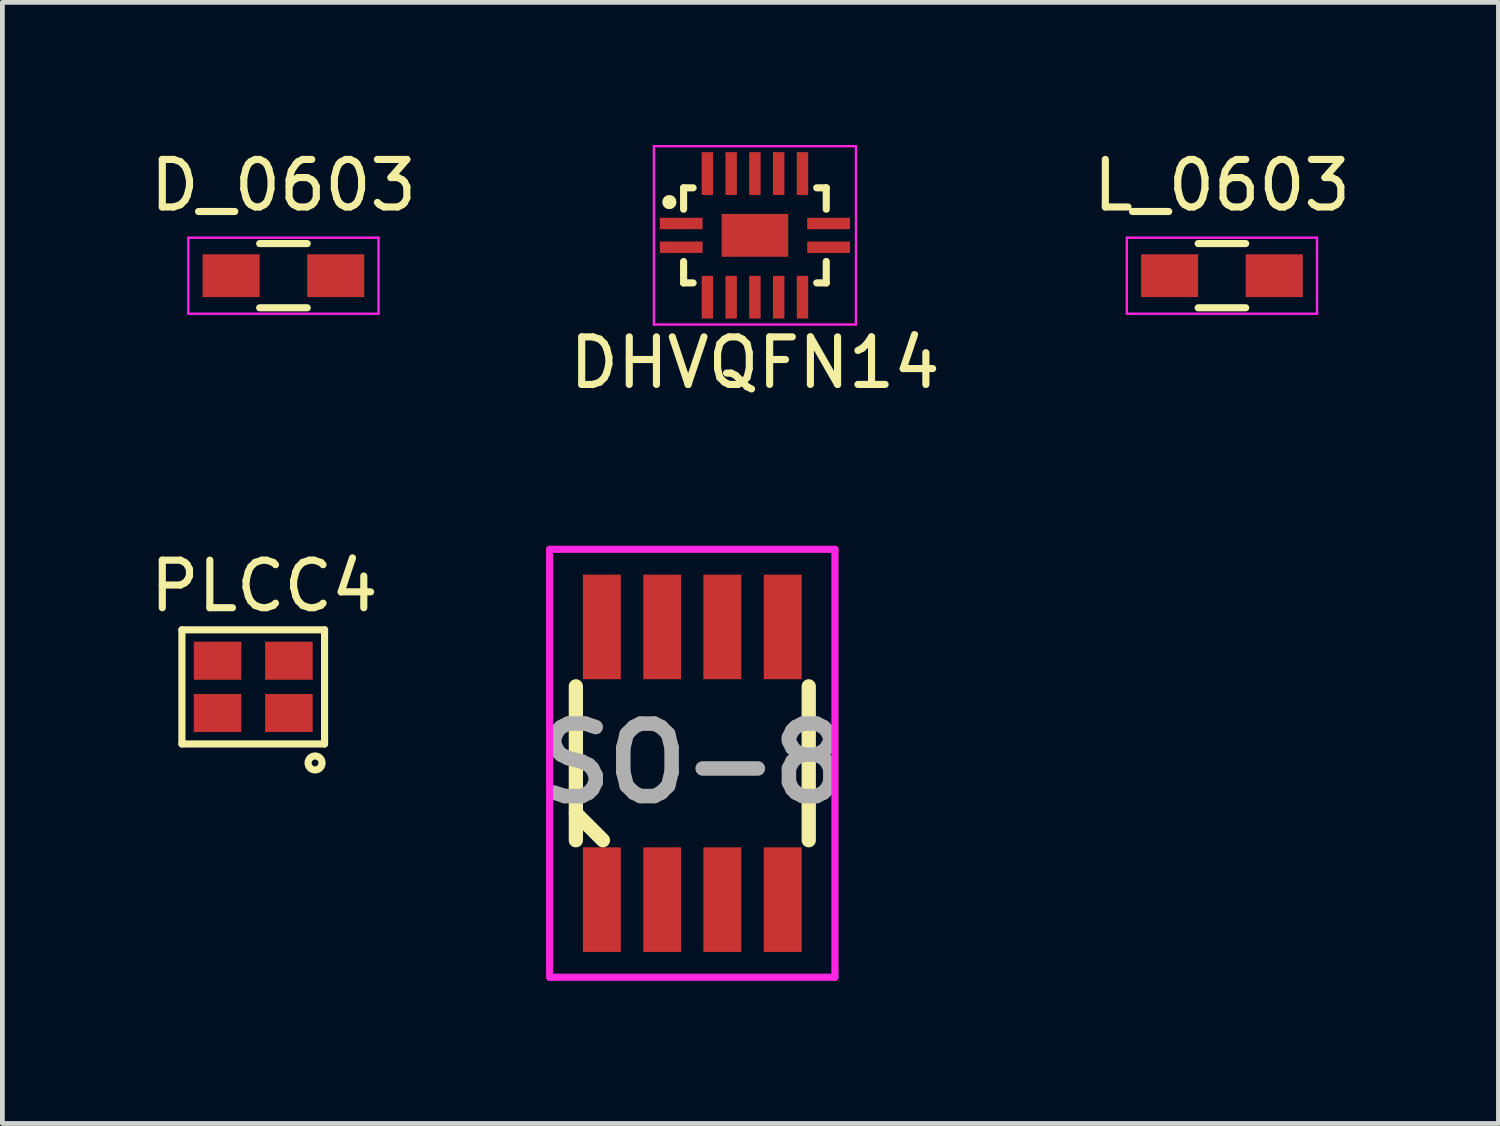
<source format=kicad_pcb>
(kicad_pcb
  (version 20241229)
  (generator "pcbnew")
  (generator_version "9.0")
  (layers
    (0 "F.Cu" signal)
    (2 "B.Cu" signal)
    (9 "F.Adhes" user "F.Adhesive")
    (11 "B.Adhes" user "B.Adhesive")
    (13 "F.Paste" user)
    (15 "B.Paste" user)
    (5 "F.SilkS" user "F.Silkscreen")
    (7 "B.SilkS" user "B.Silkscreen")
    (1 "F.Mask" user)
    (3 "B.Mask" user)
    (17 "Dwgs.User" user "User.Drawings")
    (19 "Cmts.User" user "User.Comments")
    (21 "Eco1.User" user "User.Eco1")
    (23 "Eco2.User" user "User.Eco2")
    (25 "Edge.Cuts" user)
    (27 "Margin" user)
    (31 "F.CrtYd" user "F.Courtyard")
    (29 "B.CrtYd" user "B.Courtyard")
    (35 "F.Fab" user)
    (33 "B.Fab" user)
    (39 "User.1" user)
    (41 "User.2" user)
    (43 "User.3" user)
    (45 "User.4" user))
  (footprint "PLCC4"
    (layer "F.Cu")
    (at 2.276 11.396)
    (property "Reference" "PLCC4" (at 0.23 -2.12 0) (layer "F.SilkS") (effects (font (size 1 1) (thickness 0.15))))
    (attr through_hole)
    (fp_line (start -1.5 -1.2) (end -1.5 1.2) (stroke (width 0.15) (type solid)) (layer "F.SilkS"))
    (fp_line (start -1.5 1.2) (end 1.5 1.2) (stroke (width 0.15) (type solid)) (layer "F.SilkS"))
    (fp_line (start 1.5 -1.2) (end -1.5 -1.2) (stroke (width 0.15) (type solid)) (layer "F.SilkS"))
    (fp_line (start 1.5 1.2) (end 1.5 -1.2) (stroke (width 0.15) (type solid)) (layer "F.SilkS"))
    (fp_circle (center 1.3 1.6) (end 1.36 1.64) (stroke (width 0.15) (type solid)) (fill no) (layer "F.SilkS"))
    (pad "1" smd rect (at 0.75 0.55) (size 1 0.8) (layers "F.Cu" "F.Mask" "F.Paste"))
    (pad "2" smd rect (at -0.75 0.55) (size 1 0.8) (layers "F.Cu" "F.Mask" "F.Paste"))
    (pad "3" smd rect (at -0.75 -0.55) (size 1 0.8) (layers "F.Cu" "F.Mask" "F.Paste"))
    (pad "4" smd rect (at 0.75 -0.55) (size 1 0.8) (layers "F.Cu" "F.Mask" "F.Paste")))
  (footprint "D_0603"
    (layer "F.Cu")
    (at 2.911 2.748)
    (property "Reference" "D_0603" (at 0 -1.9 0) (layer "F.SilkS") (effects (font (size 1 1) (thickness 0.15))))
    (attr smd)
    (fp_line (start -0.5 -0.675) (end 0.5 -0.675) (stroke (width 0.15) (type solid)) (layer "F.SilkS"))
    (fp_line (start 0.5 0.675) (end -0.5 0.675) (stroke (width 0.15) (type solid)) (layer "F.SilkS"))
    (fp_line (start -2 -0.8) (end -2 0.8) (stroke (width 0.05) (type solid)) (layer "F.CrtYd"))
    (fp_line (start -2 -0.8) (end 2 -0.8) (stroke (width 0.05) (type solid)) (layer "F.CrtYd"))
    (fp_line (start -2 0.8) (end 2 0.8) (stroke (width 0.05) (type solid)) (layer "F.CrtYd"))
    (fp_line (start 2 -0.8) (end 2 0.8) (stroke (width 0.05) (type solid)) (layer "F.CrtYd"))
    (pad "1" smd rect (at -1.1 0) (size 1.2 0.9) (layers "F.Cu" "F.Mask" "F.Paste"))
    (pad "2" smd rect (at 1.1 0) (size 1.2 0.9) (layers "F.Cu" "F.Mask" "F.Paste")))
  (footprint "L_0603"
    (layer "F.Cu")
    (at 22.649 2.748)
    (property "Reference" "L_0603" (at 0 -1.9 0) (layer "F.SilkS") (effects (font (size 1 1) (thickness 0.15))))
    (attr smd)
    (fp_line (start -0.5 -0.675) (end 0.5 -0.675) (stroke (width 0.15) (type solid)) (layer "F.SilkS"))
    (fp_line (start 0.5 0.675) (end -0.5 0.675) (stroke (width 0.15) (type solid)) (layer "F.SilkS"))
    (fp_line (start -2 -0.8) (end -2 0.8) (stroke (width 0.05) (type solid)) (layer "F.CrtYd"))
    (fp_line (start -2 -0.8) (end 2 -0.8) (stroke (width 0.05) (type solid)) (layer "F.CrtYd"))
    (fp_line (start -2 0.8) (end 2 0.8) (stroke (width 0.05) (type solid)) (layer "F.CrtYd"))
    (fp_line (start 2 -0.8) (end 2 0.8) (stroke (width 0.05) (type solid)) (layer "F.CrtYd"))
    (pad "1" smd rect (at -1.1 0) (size 1.2 0.9) (layers "F.Cu" "F.Mask" "F.Paste"))
    (pad "2" smd rect (at 1.1 0) (size 1.2 0.9) (layers "F.Cu" "F.Mask" "F.Paste")))
  (footprint "SO-8"
    (layer "F.Cu")
    (at 11.51 13.003)
    (property "Reference" "SO-8" (at 0 0 0) (layer "F.Fab") (effects (font (size 1.524 1.524) (thickness 0.305))))
    (attr through_hole)
    (fp_line (start -2.449 -1.618) (end -2.449 1.618) (stroke (width 0.3) (type solid)) (layer "F.SilkS"))
    (fp_line (start -2.449 1.049) (end -1.88 1.618) (stroke (width 0.3) (type solid)) (layer "F.SilkS"))
    (fp_line (start 2.449 -1.618) (end 2.449 1.618) (stroke (width 0.3) (type solid)) (layer "F.SilkS"))
    (fp_line (start -3 -4.5) (end -3 4.5) (stroke (width 0.15) (type solid)) (layer "F.CrtYd"))
    (fp_line (start -3 4.5) (end 3 4.5) (stroke (width 0.15) (type solid)) (layer "F.CrtYd"))
    (fp_line (start 3 -4.5) (end -3 -4.5) (stroke (width 0.15) (type solid)) (layer "F.CrtYd"))
    (fp_line (start 3 4.5) (end 3 -4.5) (stroke (width 0.15) (type solid)) (layer "F.CrtYd"))
    (pad "1" smd rect (at -1.902 2.868 180) (size 0.798 2.2) (layers "F.Cu" "F.Mask" "F.Paste"))
    (pad "2" smd rect (at -0.632 2.868 180) (size 0.798 2.2) (layers "F.Cu" "F.Mask" "F.Paste"))
    (pad "3" smd rect (at 0.632 2.868 180) (size 0.798 2.2) (layers "F.Cu" "F.Mask" "F.Paste"))
    (pad "4" smd rect (at 1.902 2.868 180) (size 0.798 2.2) (layers "F.Cu" "F.Mask" "F.Paste"))
    (pad "5" smd rect (at 1.902 -2.868) (size 0.798 2.2) (layers "F.Cu" "F.Mask" "F.Paste"))
    (pad "6" smd rect (at 0.632 -2.868) (size 0.798 2.2) (layers "F.Cu" "F.Mask" "F.Paste"))
    (pad "7" smd rect (at -0.632 -2.868) (size 0.798 2.2) (layers "F.Cu" "F.Mask" "F.Paste"))
    (pad "8" smd rect (at -1.902 -2.868) (size 0.798 2.2) (layers "F.Cu" "F.Mask" "F.Paste")))
  (footprint "DHVQFN14"
    (layer "F.Cu")
    (at 12.827 1.9)
    (property "Reference" "DHVQFN14" (at 0 2.68 0) (layer "F.SilkS") (effects (font (size 1 1) (thickness 0.15))))
    (attr through_hole)
    (fp_line (start -1.5 -1) (end -1.5 -0.55) (stroke (width 0.15) (type solid)) (layer "F.SilkS"))
    (fp_line (start -1.5 1) (end -1.5 0.55) (stroke (width 0.15) (type solid)) (layer "F.SilkS"))
    (fp_line (start -1.3 -1) (end -1.5 -1) (stroke (width 0.15) (type solid)) (layer "F.SilkS"))
    (fp_line (start -1.3 1) (end -1.5 1) (stroke (width 0.15) (type solid)) (layer "F.SilkS"))
    (fp_line (start 1.3 -1) (end 1.5 -1) (stroke (width 0.15) (type solid)) (layer "F.SilkS"))
    (fp_line (start 1.3 1) (end 1.5 1) (stroke (width 0.15) (type solid)) (layer "F.SilkS"))
    (fp_line (start 1.5 -1) (end 1.5 -0.55) (stroke (width 0.15) (type solid)) (layer "F.SilkS"))
    (fp_line (start 1.5 1) (end 1.5 0.55) (stroke (width 0.15) (type solid)) (layer "F.SilkS"))
    (fp_circle (center -1.8 -0.7) (end -1.8 -0.775) (stroke (width 0.15) (type solid)) (fill no) (layer "F.SilkS"))
    (fp_line (start -2.125 -1.875) (end 2.125 -1.875) (stroke (width 0.05) (type solid)) (layer "F.CrtYd"))
    (fp_line (start -2.125 1.875) (end -2.125 -1.875) (stroke (width 0.05) (type solid)) (layer "F.CrtYd"))
    (fp_line (start 2.125 -1.875) (end 2.125 1.875) (stroke (width 0.05) (type solid)) (layer "F.CrtYd"))
    (fp_line (start 2.125 1.875) (end -2.125 1.875) (stroke (width 0.05) (type solid)) (layer "F.CrtYd"))
    (pad "1" smd rect (at -1.55 -0.25 90) (size 0.24 0.9) (layers "F.Cu" "F.Mask" "F.Paste"))
    (pad "2" smd rect (at -1 -1.3) (size 0.24 0.9) (layers "F.Cu" "F.Mask" "F.Paste"))
    (pad "3" smd rect (at -0.5 -1.3) (size 0.24 0.9) (layers "F.Cu" "F.Mask" "F.Paste"))
    (pad "4" smd rect (at 0 -1.3) (size 0.24 0.9) (layers "F.Cu" "F.Mask" "F.Paste"))
    (pad "5" smd rect (at 0.5 -1.3) (size 0.24 0.9) (layers "F.Cu" "F.Mask" "F.Paste"))
    (pad "6" smd rect (at 1 -1.3) (size 0.24 0.9) (layers "F.Cu" "F.Mask" "F.Paste"))
    (pad "7" smd rect (at 1.55 -0.25 90) (size 0.24 0.9) (layers "F.Cu" "F.Mask" "F.Paste"))
    (pad "8" smd rect (at 1.55 0.25 90) (size 0.24 0.9) (layers "F.Cu" "F.Mask" "F.Paste"))
    (pad "9" smd rect (at 1 1.3) (size 0.24 0.9) (layers "F.Cu" "F.Mask" "F.Paste"))
    (pad "10" smd rect (at 0.5 1.3) (size 0.24 0.9) (layers "F.Cu" "F.Mask" "F.Paste"))
    (pad "11" smd rect (at 0 1.3) (size 0.24 0.9) (layers "F.Cu" "F.Mask" "F.Paste"))
    (pad "12" smd rect (at -0.5 1.3) (size 0.24 0.9) (layers "F.Cu" "F.Mask" "F.Paste"))
    (pad "13" smd rect (at -1 1.3) (size 0.24 0.9) (layers "F.Cu" "F.Mask" "F.Paste"))
    (pad "14" smd rect (at -1.55 0.25 90) (size 0.24 0.9) (layers "F.Cu" "F.Mask" "F.Paste"))
    (pad "15" smd rect (at 0 0) (size 1.4 0.9) (layers "F.Cu" "F.Mask" "F.Paste")))
  (gr_rect
    (start -3 -3)
    (end 28.464 20.578)
    (stroke (width 0.1) (type default))
    (fill no)
    (layer "Edge.Cuts")))
</source>
